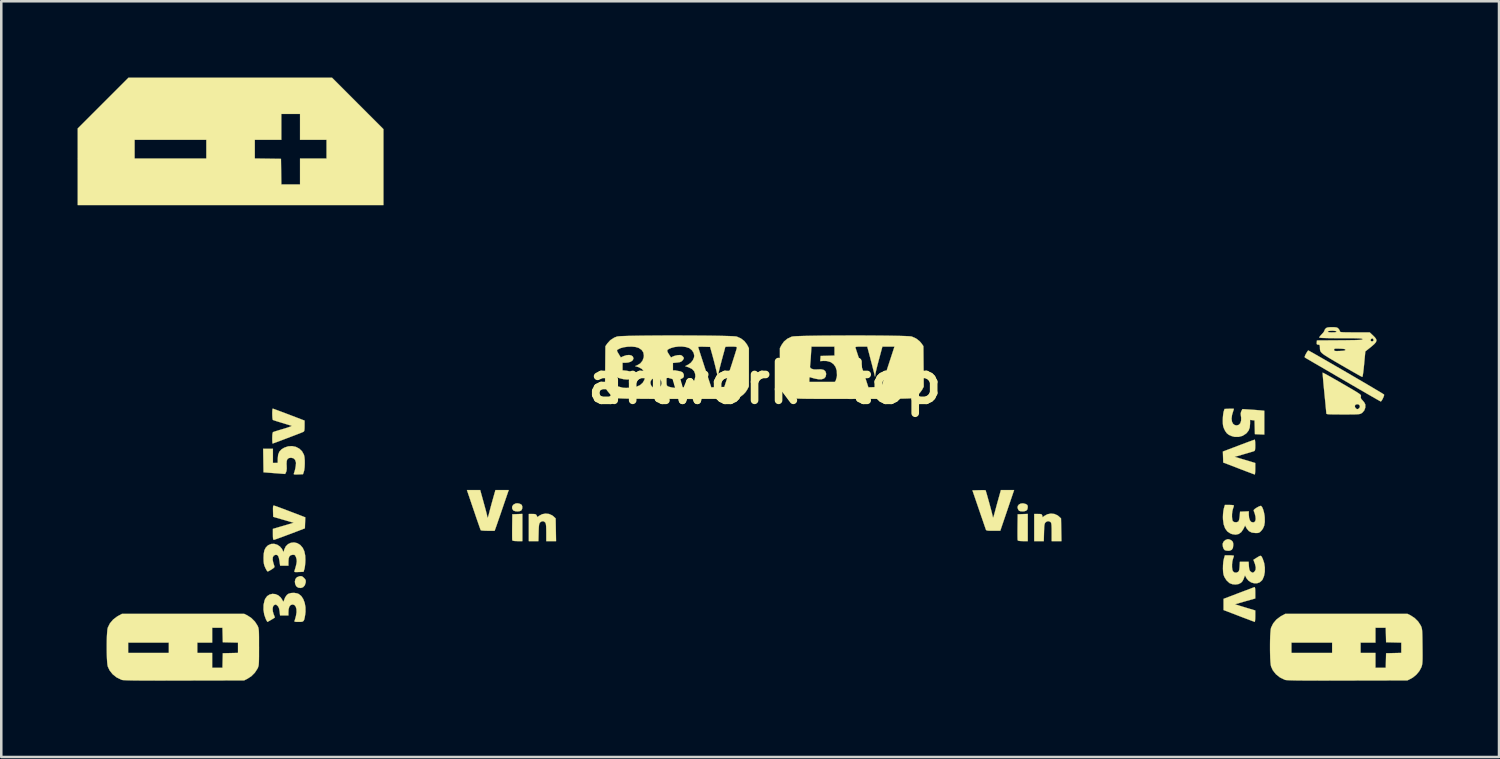
<source format=kicad_pcb>
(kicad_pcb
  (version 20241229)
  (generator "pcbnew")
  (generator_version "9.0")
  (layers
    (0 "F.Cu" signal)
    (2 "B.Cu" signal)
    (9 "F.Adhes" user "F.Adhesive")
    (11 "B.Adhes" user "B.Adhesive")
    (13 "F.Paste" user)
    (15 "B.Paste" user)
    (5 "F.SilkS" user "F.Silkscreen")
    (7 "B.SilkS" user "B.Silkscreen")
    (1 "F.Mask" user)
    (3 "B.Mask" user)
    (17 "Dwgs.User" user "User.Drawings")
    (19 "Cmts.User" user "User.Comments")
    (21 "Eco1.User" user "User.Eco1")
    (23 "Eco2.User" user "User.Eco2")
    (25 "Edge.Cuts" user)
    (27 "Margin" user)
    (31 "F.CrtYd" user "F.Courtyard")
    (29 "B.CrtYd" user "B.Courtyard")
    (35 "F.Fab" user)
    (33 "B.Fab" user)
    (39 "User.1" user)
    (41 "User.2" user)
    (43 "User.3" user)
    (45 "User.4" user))
  (footprint "artwork-top"
    (layer "F.Cu")
    (at 27.005 11.994)
    (property "Reference" "artwork-top" (at 0 0 0) (layer "F.SilkS") (effects (font (size 1.524 1.524) (thickness 0.3))))
    (attr through_hole)
    (fp_poly (pts (xy -9.525 6.223) (xy -9.716 6.223) (xy -9.83 6.219) (xy -9.897 6.207) (xy -9.92 6.191) (xy -9.924 6.156) (xy -9.926 6.079) (xy -9.927 5.968) (xy -9.927 5.832) (xy -9.926 5.678) (xy -9.926 5.663) (xy -9.919 5.169) (xy -9.722 5.161) (xy -9.525 5.154) (xy -9.525 6.223)) (stroke (width 0.01) (type solid)) (fill yes) (layer "F.SilkS"))
    (fp_poly (pts (xy 10.338 6.223) (xy 10.147 6.223) (xy 10.033 6.219) (xy 9.966 6.207) (xy 9.943 6.191) (xy 9.939 6.156) (xy 9.937 6.079) (xy 9.936 5.968) (xy 9.936 5.832) (xy 9.937 5.678) (xy 9.937 5.663) (xy 9.944 5.169) (xy 10.141 5.161) (xy 10.338 5.154) (xy 10.338 6.223)) (stroke (width 0.01) (type solid)) (fill yes) (layer "F.SilkS"))
    (fp_poly (pts (xy 10.25 4.762) (xy 10.31 4.793) (xy 10.334 4.834) (xy 10.338 4.886) (xy 10.324 4.973) (xy 10.278 5.027) (xy 10.194 5.052) (xy 10.134 5.055) (xy 10.051 5.049) (xy 10 5.03) (xy 9.971 4.998) (xy 9.937 4.917) (xy 9.946 4.844) (xy 9.99 4.785) (xy 10.061 4.748) (xy 10.151 4.738) (xy 10.25 4.762)) (stroke (width 0.01) (type solid)) (fill yes) (layer "F.SilkS"))
    (fp_poly (pts (xy -9.618 4.758) (xy -9.557 4.794) (xy -9.545 4.809) (xy -9.526 4.875) (xy -9.534 4.953) (xy -9.564 5.014) (xy -9.565 5.015) (xy -9.624 5.044) (xy -9.708 5.056) (xy -9.797 5.049) (xy -9.869 5.025) (xy -9.889 5.008) (xy -9.929 4.934) (xy -9.924 4.858) (xy -9.879 4.792) (xy -9.797 4.747) (xy -9.774 4.74) (xy -9.698 4.738) (xy -9.618 4.758)) (stroke (width 0.01) (type solid)) (fill yes) (layer "F.SilkS"))
    (fp_poly (pts (xy -18.168 7.617) (xy -18.111 7.667) (xy -18.108 7.669) (xy -18.058 7.726) (xy -18.038 7.777) (xy -18.04 7.845) (xy -18.042 7.854) (xy -18.076 7.96) (xy -18.141 8.033) (xy -18.229 8.065) (xy -18.332 8.053) (xy -18.341 8.049) (xy -18.412 7.997) (xy -18.454 7.908) (xy -18.466 7.812) (xy -18.444 7.712) (xy -18.382 7.641) (xy -18.284 7.604) (xy -18.283 7.603) (xy -18.217 7.599) (xy -18.168 7.617)) (stroke (width 0.01) (type solid)) (fill yes) (layer "F.SilkS"))
    (fp_poly (pts (xy 18.281 6.163) (xy 18.348 6.199) (xy 18.39 6.242) (xy 18.41 6.294) (xy 18.415 6.376) (xy 18.415 6.377) (xy 18.401 6.49) (xy 18.356 6.563) (xy 18.278 6.598) (xy 18.218 6.603) (xy 18.143 6.596) (xy 18.084 6.58) (xy 18.079 6.577) (xy 18.039 6.529) (xy 18.01 6.452) (xy 17.998 6.364) (xy 18.002 6.314) (xy 18.039 6.238) (xy 18.11 6.178) (xy 18.194 6.148) (xy 18.212 6.147) (xy 18.281 6.163)) (stroke (width 0.01) (type solid)) (fill yes) (layer "F.SilkS"))
    (fp_poly (pts (xy -15.996 -10.979) (xy -14.986 -9.969) (xy -14.986 -6.985) (xy -27 -6.985) (xy -27 -9.55) (xy -24.765 -9.55) (xy -24.765 -8.814) (xy -21.946 -8.814) (xy -21.946 -9.55) (xy -20.041 -9.55) (xy -20.041 -8.815) (xy -19.012 -8.801) (xy -19.005 -8.299) (xy -18.998 -7.798) (xy -18.263 -7.798) (xy -18.263 -8.814) (xy -17.221 -8.814) (xy -17.221 -9.55) (xy -18.263 -9.55) (xy -18.263 -10.566) (xy -18.999 -10.566) (xy -18.999 -9.55) (xy -20.041 -9.55) (xy -21.946 -9.55) (xy -24.765 -9.55) (xy -27 -9.55) (xy -27 -9.995) (xy -25.006 -11.989) (xy -17.005 -11.989) (xy -15.996 -10.979)) (stroke (width 0.01) (type solid)) (fill yes) (layer "F.SilkS"))
    (fp_poly (pts (xy 19.263 8.04) (xy 19.273 8.081) (xy 19.278 8.161) (xy 19.279 8.249) (xy 19.279 8.477) (xy 18.879 8.59) (xy 18.48 8.704) (xy 18.606 8.744) (xy 18.684 8.769) (xy 18.794 8.803) (xy 18.92 8.841) (xy 19.006 8.867) (xy 19.279 8.949) (xy 19.279 9.173) (xy 19.277 9.273) (xy 19.271 9.349) (xy 19.264 9.392) (xy 19.26 9.396) (xy 19.232 9.387) (xy 19.163 9.362) (xy 19.06 9.324) (xy 18.929 9.274) (xy 18.777 9.217) (xy 18.637 9.163) (xy 18.034 8.932) (xy 18.034 8.492) (xy 18.625 8.267) (xy 18.789 8.205) (xy 18.938 8.149) (xy 19.065 8.101) (xy 19.164 8.063) (xy 19.227 8.039) (xy 19.247 8.032) (xy 19.263 8.04)) (stroke (width 0.01) (type solid)) (fill yes) (layer "F.SilkS"))
    (fp_poly (pts (xy -8.477 5.156) (xy -8.354 5.211) (xy -8.307 5.247) (xy -8.217 5.33) (xy -8.209 5.776) (xy -8.201 6.223) (xy -8.585 6.223) (xy -8.585 5.886) (xy -8.587 5.737) (xy -8.591 5.631) (xy -8.6 5.559) (xy -8.614 5.512) (xy -8.625 5.492) (xy -8.684 5.445) (xy -8.754 5.442) (xy -8.823 5.483) (xy -8.829 5.489) (xy -8.849 5.518) (xy -8.864 5.558) (xy -8.873 5.619) (xy -8.88 5.711) (xy -8.885 5.841) (xy -8.886 5.883) (xy -8.895 6.223) (xy -9.271 6.223) (xy -9.271 5.156) (xy -9.131 5.156) (xy -9.048 5.159) (xy -9 5.171) (xy -8.973 5.197) (xy -8.962 5.219) (xy -8.934 5.281) (xy -8.87 5.231) (xy -8.749 5.166) (xy -8.614 5.141) (xy -8.477 5.156)) (stroke (width 0.01) (type solid)) (fill yes) (layer "F.SilkS"))
    (fp_poly (pts (xy 11.385 5.156) (xy 11.509 5.211) (xy 11.555 5.247) (xy 11.646 5.33) (xy 11.654 5.776) (xy 11.662 6.223) (xy 11.278 6.223) (xy 11.278 5.869) (xy 11.277 5.722) (xy 11.273 5.617) (xy 11.266 5.546) (xy 11.255 5.502) (xy 11.238 5.476) (xy 11.238 5.476) (xy 11.17 5.44) (xy 11.095 5.447) (xy 11.034 5.489) (xy 11.014 5.518) (xy 10.999 5.558) (xy 10.989 5.619) (xy 10.983 5.711) (xy 10.978 5.841) (xy 10.977 5.883) (xy 10.968 6.223) (xy 10.592 6.223) (xy 10.592 5.156) (xy 10.741 5.156) (xy 10.826 5.158) (xy 10.873 5.167) (xy 10.896 5.188) (xy 10.907 5.221) (xy 10.924 5.286) (xy 10.99 5.234) (xy 11.112 5.167) (xy 11.248 5.141) (xy 11.385 5.156)) (stroke (width 0.01) (type solid)) (fill yes) (layer "F.SilkS"))
    (fp_poly (pts (xy -19.276 4.83) (xy -19.231 4.844) (xy -19.159 4.869) (xy -19.057 4.907) (xy -18.922 4.957) (xy -18.749 5.023) (xy -18.536 5.104) (xy -18.293 5.197) (xy -18.057 5.288) (xy -18.065 5.504) (xy -18.072 5.72) (xy -18.665 5.946) (xy -18.83 6.008) (xy -18.979 6.064) (xy -19.108 6.11) (xy -19.208 6.146) (xy -19.272 6.167) (xy -19.294 6.172) (xy -19.312 6.161) (xy -19.323 6.121) (xy -19.328 6.045) (xy -19.329 5.957) (xy -19.329 5.742) (xy -19.209 5.707) (xy -19.135 5.685) (xy -19.027 5.653) (xy -18.903 5.617) (xy -18.8 5.587) (xy -18.513 5.502) (xy -18.915 5.385) (xy -19.317 5.268) (xy -19.324 5.047) (xy -19.326 4.935) (xy -19.322 4.866) (xy -19.311 4.833) (xy -19.298 4.826) (xy -19.276 4.83)) (stroke (width 0.01) (type solid)) (fill yes) (layer "F.SilkS"))
    (fp_poly (pts (xy -11.054 4.68) (xy -11.012 4.833) (xy -10.973 4.976) (xy -10.941 5.099) (xy -10.918 5.193) (xy -10.907 5.244) (xy -10.898 5.286) (xy -10.89 5.303) (xy -10.879 5.289) (xy -10.863 5.239) (xy -10.838 5.148) (xy -10.821 5.079) (xy -10.784 4.938) (xy -10.74 4.773) (xy -10.694 4.609) (xy -10.668 4.515) (xy -10.583 4.216) (xy -10.061 4.216) (xy -10.312 4.947) (xy -10.375 5.133) (xy -10.435 5.306) (xy -10.488 5.459) (xy -10.532 5.587) (xy -10.566 5.682) (xy -10.586 5.738) (xy -10.589 5.747) (xy -10.616 5.817) (xy -10.882 5.817) (xy -10.993 5.815) (xy -11.084 5.809) (xy -11.144 5.801) (xy -11.161 5.794) (xy -11.173 5.766) (xy -11.198 5.695) (xy -11.236 5.588) (xy -11.284 5.45) (xy -11.34 5.288) (xy -11.401 5.107) (xy -11.44 4.994) (xy -11.704 4.216) (xy -11.182 4.216) (xy -11.054 4.68)) (stroke (width 0.01) (type solid)) (fill yes) (layer "F.SilkS"))
    (fp_poly (pts (xy 19.268 2.259) (xy 19.275 2.321) (xy 19.278 2.411) (xy 19.279 2.452) (xy 19.277 2.561) (xy 19.271 2.629) (xy 19.259 2.666) (xy 19.238 2.684) (xy 19.235 2.685) (xy 19.196 2.698) (xy 19.119 2.722) (xy 19.012 2.754) (xy 18.886 2.79) (xy 18.83 2.807) (xy 18.468 2.911) (xy 18.664 2.969) (xy 18.789 3.006) (xy 18.933 3.048) (xy 19.065 3.088) (xy 19.069 3.089) (xy 19.279 3.153) (xy 19.279 3.38) (xy 19.277 3.48) (xy 19.271 3.557) (xy 19.264 3.599) (xy 19.26 3.604) (xy 19.232 3.595) (xy 19.163 3.57) (xy 19.06 3.531) (xy 18.928 3.482) (xy 18.776 3.424) (xy 18.631 3.368) (xy 18.021 3.134) (xy 18.007 2.703) (xy 18.624 2.469) (xy 18.79 2.406) (xy 18.941 2.349) (xy 19.07 2.302) (xy 19.171 2.265) (xy 19.236 2.242) (xy 19.26 2.235) (xy 19.268 2.259)) (stroke (width 0.01) (type solid)) (fill yes) (layer "F.SilkS"))
    (fp_poly (pts (xy 9.53 5.016) (xy 9.258 5.816) (xy 8.984 5.816) (xy 8.861 5.815) (xy 8.78 5.812) (xy 8.73 5.803) (xy 8.704 5.789) (xy 8.693 5.772) (xy 8.681 5.738) (xy 8.655 5.662) (xy 8.616 5.55) (xy 8.568 5.408) (xy 8.511 5.244) (xy 8.449 5.063) (xy 8.42 4.978) (xy 8.164 4.229) (xy 8.416 4.222) (xy 8.524 4.22) (xy 8.61 4.22) (xy 8.665 4.222) (xy 8.678 4.224) (xy 8.689 4.252) (xy 8.71 4.32) (xy 8.739 4.419) (xy 8.773 4.541) (xy 8.811 4.675) (xy 8.849 4.814) (xy 8.885 4.947) (xy 8.916 5.067) (xy 8.94 5.164) (xy 8.955 5.23) (xy 8.958 5.244) (xy 8.966 5.283) (xy 8.974 5.297) (xy 8.985 5.282) (xy 9.002 5.233) (xy 9.028 5.143) (xy 9.055 5.041) (xy 9.096 4.889) (xy 9.141 4.723) (xy 9.185 4.566) (xy 9.21 4.477) (xy 9.283 4.216) (xy 9.802 4.216) (xy 9.53 5.016)) (stroke (width 0.01) (type solid)) (fill yes) (layer "F.SilkS"))
    (fp_poly (pts (xy 21.389 -1.258) (xy 21.454 -1.222) (xy 21.555 -1.166) (xy 21.686 -1.091) (xy 21.843 -1.001) (xy 22.022 -0.898) (xy 22.219 -0.785) (xy 22.428 -0.664) (xy 22.646 -0.538) (xy 22.868 -0.409) (xy 23.089 -0.28) (xy 23.306 -0.153) (xy 23.514 -0.032) (xy 23.708 0.082) (xy 23.884 0.186) (xy 24.038 0.278) (xy 24.165 0.353) (xy 24.261 0.412) (xy 24.321 0.449) (xy 24.342 0.464) (xy 24.341 0.499) (xy 24.32 0.559) (xy 24.289 0.628) (xy 24.254 0.691) (xy 24.223 0.729) (xy 24.21 0.735) (xy 24.186 0.722) (xy 24.122 0.686) (xy 24.021 0.629) (xy 23.887 0.552) (xy 23.723 0.458) (xy 23.535 0.349) (xy 23.324 0.227) (xy 23.095 0.094) (xy 22.851 -0.048) (xy 22.733 -0.117) (xy 22.483 -0.262) (xy 22.246 -0.401) (xy 22.024 -0.53) (xy 21.823 -0.647) (xy 21.645 -0.75) (xy 21.495 -0.838) (xy 21.375 -0.908) (xy 21.291 -0.957) (xy 21.245 -0.984) (xy 21.237 -0.988) (xy 21.222 -1.009) (xy 21.228 -1.046) (xy 21.258 -1.112) (xy 21.273 -1.14) (xy 21.314 -1.21) (xy 21.347 -1.257) (xy 21.362 -1.27) (xy 21.389 -1.258)) (stroke (width 0.01) (type solid)) (fill yes) (layer "F.SilkS"))
    (fp_poly (pts (xy -18.424 2.52) (xy -18.292 2.589) (xy -18.184 2.693) (xy -18.11 2.829) (xy -18.107 2.838) (xy -18.088 2.925) (xy -18.078 3.045) (xy -18.077 3.181) (xy -18.083 3.315) (xy -18.097 3.43) (xy -18.113 3.493) (xy -18.148 3.594) (xy -18.336 3.602) (xy -18.431 3.604) (xy -18.485 3.602) (xy -18.507 3.592) (xy -18.507 3.572) (xy -18.504 3.564) (xy -18.474 3.474) (xy -18.448 3.365) (xy -18.43 3.256) (xy -18.422 3.164) (xy -18.424 3.127) (xy -18.458 3.027) (xy -18.521 2.967) (xy -18.615 2.946) (xy -18.622 2.946) (xy -18.703 2.959) (xy -18.757 2.999) (xy -18.786 3.072) (xy -18.793 3.186) (xy -18.789 3.258) (xy -18.786 3.381) (xy -18.796 3.467) (xy -18.813 3.513) (xy -18.849 3.584) (xy -19.058 3.568) (xy -19.192 3.557) (xy -19.344 3.546) (xy -19.481 3.535) (xy -19.482 3.535) (xy -19.698 3.518) (xy -19.712 2.591) (xy -19.329 2.591) (xy -19.329 3.15) (xy -19.234 3.149) (xy -19.139 3.149) (xy -19.138 2.975) (xy -19.123 2.825) (xy -19.076 2.708) (xy -18.991 2.617) (xy -18.886 2.552) (xy -18.73 2.498) (xy -18.573 2.489) (xy -18.424 2.52)) (stroke (width 0.01) (type solid)) (fill yes) (layer "F.SilkS"))
    (fp_poly (pts (xy 18.411 1.021) (xy 18.44 1.025) (xy 18.44 1.026) (xy 18.432 1.056) (xy 18.413 1.11) (xy 18.366 1.268) (xy 18.349 1.408) (xy 18.363 1.524) (xy 18.405 1.611) (xy 18.475 1.663) (xy 18.548 1.676) (xy 18.631 1.654) (xy 18.69 1.592) (xy 18.723 1.496) (xy 18.726 1.371) (xy 18.717 1.308) (xy 18.707 1.215) (xy 18.721 1.144) (xy 18.735 1.112) (xy 18.775 1.034) (xy 19.033 1.051) (xy 19.167 1.06) (xy 19.305 1.07) (xy 19.424 1.08) (xy 19.463 1.083) (xy 19.634 1.099) (xy 19.634 2.034) (xy 19.45 2.027) (xy 19.266 2.019) (xy 19.259 1.749) (xy 19.252 1.479) (xy 19.163 1.468) (xy 19.075 1.458) (xy 19.075 1.606) (xy 19.063 1.755) (xy 19.02 1.873) (xy 18.943 1.973) (xy 18.915 1.999) (xy 18.781 2.085) (xy 18.627 2.127) (xy 18.465 2.125) (xy 18.358 2.097) (xy 18.243 2.047) (xy 18.162 1.984) (xy 18.098 1.893) (xy 18.071 1.842) (xy 18.038 1.767) (xy 18.017 1.698) (xy 18.007 1.618) (xy 18.004 1.511) (xy 18.004 1.467) (xy 18.008 1.349) (xy 18.019 1.237) (xy 18.033 1.151) (xy 18.039 1.13) (xy 18.072 1.029) (xy 18.256 1.021) (xy 18.346 1.019) (xy 18.411 1.021)) (stroke (width 0.01) (type solid)) (fill yes) (layer "F.SilkS"))
    (fp_poly (pts (xy -19.308 1.024) (xy -19.239 1.049) (xy -19.136 1.087) (xy -19.004 1.136) (xy -18.852 1.193) (xy -18.701 1.25) (xy -18.085 1.486) (xy -18.085 1.694) (xy -18.087 1.801) (xy -18.093 1.868) (xy -18.107 1.907) (xy -18.13 1.927) (xy -18.13 1.927) (xy -18.165 1.942) (xy -18.238 1.972) (xy -18.341 2.012) (xy -18.466 2.061) (xy -18.607 2.114) (xy -18.754 2.17) (xy -18.901 2.226) (xy -19.038 2.278) (xy -19.159 2.323) (xy -19.255 2.358) (xy -19.318 2.38) (xy -19.341 2.388) (xy -19.348 2.364) (xy -19.352 2.302) (xy -19.355 2.212) (xy -19.355 2.173) (xy -19.351 2.047) (xy -19.339 1.968) (xy -19.324 1.94) (xy -19.29 1.926) (xy -19.216 1.902) (xy -19.112 1.87) (xy -18.987 1.832) (xy -18.924 1.814) (xy -18.799 1.776) (xy -18.698 1.742) (xy -18.626 1.715) (xy -18.593 1.697) (xy -18.593 1.692) (xy -18.63 1.679) (xy -18.706 1.656) (xy -18.811 1.624) (xy -18.933 1.586) (xy -18.968 1.576) (xy -19.093 1.538) (xy -19.2 1.505) (xy -19.281 1.478) (xy -19.325 1.462) (xy -19.33 1.46) (xy -19.341 1.431) (xy -19.349 1.367) (xy -19.353 1.282) (xy -19.355 1.19) (xy -19.352 1.106) (xy -19.347 1.044) (xy -19.337 1.016) (xy -19.336 1.016) (xy -19.308 1.024)) (stroke (width 0.01) (type solid)) (fill yes) (layer "F.SilkS"))
    (fp_poly (pts (xy 18.351 4.804) (xy 18.414 4.811) (xy 18.44 4.822) (xy 18.44 4.823) (xy 18.433 4.859) (xy 18.413 4.923) (xy 18.402 4.953) (xy 18.379 5.047) (xy 18.366 5.157) (xy 18.365 5.268) (xy 18.374 5.364) (xy 18.393 5.431) (xy 18.404 5.446) (xy 18.466 5.479) (xy 18.542 5.483) (xy 18.607 5.458) (xy 18.621 5.444) (xy 18.641 5.398) (xy 18.659 5.319) (xy 18.669 5.235) (xy 18.682 5.067) (xy 19.025 5.052) (xy 19.025 5.177) (xy 19.037 5.312) (xy 19.071 5.411) (xy 19.124 5.471) (xy 19.194 5.488) (xy 19.239 5.478) (xy 19.279 5.437) (xy 19.296 5.36) (xy 19.288 5.255) (xy 19.257 5.13) (xy 19.218 5.029) (xy 19.223 4.997) (xy 19.265 4.956) (xy 19.34 4.906) (xy 19.416 4.865) (xy 19.477 4.841) (xy 19.508 4.839) (xy 19.549 4.887) (xy 19.587 4.974) (xy 19.62 5.087) (xy 19.644 5.214) (xy 19.652 5.296) (xy 19.654 5.474) (xy 19.631 5.616) (xy 19.581 5.731) (xy 19.52 5.812) (xy 19.467 5.865) (xy 19.421 5.893) (xy 19.36 5.904) (xy 19.287 5.905) (xy 19.143 5.887) (xy 19.03 5.829) (xy 18.945 5.729) (xy 18.927 5.697) (xy 18.881 5.608) (xy 18.812 5.748) (xy 18.731 5.868) (xy 18.63 5.942) (xy 18.509 5.969) (xy 18.372 5.949) (xy 18.298 5.921) (xy 18.181 5.841) (xy 18.095 5.723) (xy 18.038 5.564) (xy 18.011 5.366) (xy 18.009 5.271) (xy 18.014 5.152) (xy 18.027 5.033) (xy 18.046 4.938) (xy 18.048 4.932) (xy 18.087 4.801) (xy 18.264 4.801) (xy 18.351 4.804)) (stroke (width 0.01) (type solid)) (fill yes) (layer "F.SilkS"))
    (fp_poly (pts (xy 21.952 -0.388) (xy 22.015 -0.356) (xy 22.111 -0.304) (xy 22.236 -0.234) (xy 22.384 -0.15) (xy 22.551 -0.055) (xy 22.693 0.028) (xy 22.895 0.145) (xy 23.057 0.239) (xy 23.183 0.314) (xy 23.278 0.372) (xy 23.347 0.417) (xy 23.392 0.45) (xy 23.419 0.476) (xy 23.431 0.497) (xy 23.434 0.516) (xy 23.431 0.536) (xy 23.43 0.539) (xy 23.426 0.591) (xy 23.447 0.638) (xy 23.501 0.697) (xy 23.502 0.698) (xy 23.559 0.766) (xy 23.598 0.838) (xy 23.605 0.861) (xy 23.604 0.977) (xy 23.563 1.088) (xy 23.487 1.176) (xy 23.472 1.187) (xy 23.444 1.204) (xy 23.416 1.218) (xy 23.379 1.228) (xy 23.329 1.235) (xy 23.257 1.24) (xy 23.159 1.243) (xy 23.026 1.244) (xy 22.854 1.245) (xy 22.729 1.245) (xy 22.529 1.244) (xy 22.374 1.243) (xy 22.258 1.241) (xy 22.176 1.238) (xy 22.123 1.233) (xy 22.091 1.225) (xy 22.076 1.215) (xy 22.073 1.202) (xy 22.073 1.201) (xy 22.07 1.166) (xy 22.063 1.087) (xy 22.052 0.97) (xy 22.05 0.95) (xy 23.196 0.95) (xy 23.23 1.001) (xy 23.275 1.036) (xy 23.315 1.032) (xy 23.353 1.008) (xy 23.391 0.956) (xy 23.388 0.9) (xy 23.349 0.856) (xy 23.307 0.843) (xy 23.236 0.852) (xy 23.197 0.892) (xy 23.196 0.95) (xy 22.05 0.95) (xy 22.038 0.823) (xy 22.021 0.651) (xy 22.002 0.462) (xy 21.995 0.386) (xy 21.976 0.194) (xy 21.959 0.018) (xy 21.946 -0.135) (xy 21.936 -0.258) (xy 21.929 -0.346) (xy 21.928 -0.392) (xy 21.929 -0.398) (xy 21.952 -0.388)) (stroke (width 0.01) (type solid)) (fill yes) (layer "F.SilkS"))
    (fp_poly (pts (xy 18.351 6.784) (xy 18.414 6.791) (xy 18.44 6.8) (xy 18.44 6.801) (xy 18.432 6.835) (xy 18.412 6.897) (xy 18.403 6.921) (xy 18.379 7.019) (xy 18.367 7.133) (xy 18.367 7.248) (xy 18.379 7.346) (xy 18.404 7.411) (xy 18.464 7.458) (xy 18.54 7.463) (xy 18.606 7.432) (xy 18.634 7.4) (xy 18.652 7.344) (xy 18.662 7.253) (xy 18.665 7.216) (xy 18.675 7.036) (xy 19.019 7.036) (xy 19.029 7.204) (xy 19.039 7.303) (xy 19.055 7.365) (xy 19.083 7.406) (xy 19.099 7.42) (xy 19.156 7.459) (xy 19.199 7.46) (xy 19.247 7.423) (xy 19.253 7.417) (xy 19.294 7.346) (xy 19.299 7.248) (xy 19.268 7.12) (xy 19.255 7.086) (xy 19.207 6.958) (xy 19.3 6.899) (xy 19.395 6.84) (xy 19.457 6.807) (xy 19.497 6.802) (xy 19.526 6.825) (xy 19.554 6.879) (xy 19.576 6.925) (xy 19.63 7.086) (xy 19.656 7.26) (xy 19.654 7.433) (xy 19.624 7.594) (xy 19.568 7.728) (xy 19.543 7.765) (xy 19.456 7.842) (xy 19.349 7.88) (xy 19.234 7.88) (xy 19.119 7.846) (xy 19.016 7.779) (xy 18.934 7.681) (xy 18.909 7.633) (xy 18.886 7.584) (xy 18.871 7.579) (xy 18.859 7.607) (xy 18.821 7.712) (xy 18.786 7.782) (xy 18.746 7.833) (xy 18.715 7.862) (xy 18.623 7.91) (xy 18.507 7.928) (xy 18.386 7.918) (xy 18.278 7.878) (xy 18.261 7.867) (xy 18.151 7.766) (xy 18.068 7.635) (xy 18.034 7.547) (xy 18.017 7.443) (xy 18.01 7.309) (xy 18.013 7.163) (xy 18.025 7.026) (xy 18.047 6.916) (xy 18.048 6.913) (xy 18.087 6.782) (xy 18.264 6.782) (xy 18.351 6.784)) (stroke (width 0.01) (type solid)) (fill yes) (layer "F.SilkS"))
    (fp_poly (pts (xy -18.375 6.302) (xy -18.259 6.371) (xy -18.253 6.376) (xy -18.158 6.486) (xy -18.094 6.622) (xy -18.06 6.791) (xy -18.053 6.96) (xy -18.058 7.081) (xy -18.069 7.198) (xy -18.084 7.29) (xy -18.09 7.315) (xy -18.125 7.429) (xy -18.311 7.437) (xy -18.407 7.44) (xy -18.461 7.438) (xy -18.484 7.428) (xy -18.485 7.407) (xy -18.479 7.386) (xy -18.433 7.232) (xy -18.405 7.114) (xy -18.392 7.023) (xy -18.396 6.947) (xy -18.414 6.877) (xy -18.427 6.843) (xy -18.457 6.784) (xy -18.492 6.761) (xy -18.553 6.761) (xy -18.56 6.761) (xy -18.635 6.78) (xy -18.684 6.828) (xy -18.711 6.911) (xy -18.719 7.035) (xy -18.719 7.042) (xy -18.72 7.188) (xy -19.044 7.188) (xy -19.07 7.009) (xy -19.093 6.888) (xy -19.121 6.811) (xy -19.158 6.771) (xy -19.209 6.76) (xy -19.225 6.761) (xy -19.295 6.791) (xy -19.333 6.858) (xy -19.338 6.957) (xy -19.322 7.042) (xy -19.298 7.125) (xy -19.277 7.192) (xy -19.269 7.216) (xy -19.271 7.248) (xy -19.311 7.288) (xy -19.381 7.336) (xy -19.454 7.379) (xy -19.511 7.409) (xy -19.536 7.417) (xy -19.559 7.395) (xy -19.593 7.34) (xy -19.628 7.271) (xy -19.662 7.191) (xy -19.682 7.116) (xy -19.693 7.029) (xy -19.696 6.914) (xy -19.697 6.883) (xy -19.689 6.714) (xy -19.663 6.584) (xy -19.614 6.484) (xy -19.54 6.405) (xy -19.508 6.382) (xy -19.397 6.335) (xy -19.277 6.33) (xy -19.159 6.365) (xy -19.053 6.435) (xy -18.97 6.535) (xy -18.946 6.585) (xy -18.914 6.662) (xy -18.88 6.546) (xy -18.822 6.427) (xy -18.733 6.341) (xy -18.622 6.289) (xy -18.499 6.275) (xy -18.375 6.302)) (stroke (width 0.01) (type solid)) (fill yes) (layer "F.SilkS"))
    (fp_poly (pts (xy -18.375 8.277) (xy -18.313 8.302) (xy -18.214 8.382) (xy -18.136 8.501) (xy -18.08 8.65) (xy -18.05 8.82) (xy -18.048 9.003) (xy -18.058 9.096) (xy -18.079 9.223) (xy -18.099 9.308) (xy -18.126 9.36) (xy -18.167 9.387) (xy -18.228 9.397) (xy -18.315 9.398) (xy -18.409 9.397) (xy -18.461 9.391) (xy -18.482 9.379) (xy -18.48 9.358) (xy -18.478 9.354) (xy -18.462 9.306) (xy -18.44 9.227) (xy -18.422 9.157) (xy -18.4 9.017) (xy -18.404 8.895) (xy -18.432 8.799) (xy -18.482 8.735) (xy -18.551 8.713) (xy -18.552 8.713) (xy -18.63 8.734) (xy -18.684 8.798) (xy -18.713 8.906) (xy -18.72 9.019) (xy -18.72 9.144) (xy -19.047 9.144) (xy -19.065 8.987) (xy -19.085 8.876) (xy -19.116 8.802) (xy -19.142 8.771) (xy -19.194 8.725) (xy -19.235 8.716) (xy -19.284 8.742) (xy -19.293 8.748) (xy -19.327 8.802) (xy -19.34 8.888) (xy -19.331 8.991) (xy -19.3 9.099) (xy -19.291 9.119) (xy -19.266 9.182) (xy -19.255 9.222) (xy -19.256 9.229) (xy -19.288 9.25) (xy -19.345 9.285) (xy -19.414 9.326) (xy -19.48 9.364) (xy -19.527 9.39) (xy -19.543 9.398) (xy -19.559 9.377) (xy -19.588 9.325) (xy -19.607 9.288) (xy -19.67 9.111) (xy -19.7 8.919) (xy -19.696 8.729) (xy -19.657 8.554) (xy -19.63 8.487) (xy -19.556 8.386) (xy -19.459 8.323) (xy -19.348 8.296) (xy -19.232 8.306) (xy -19.121 8.353) (xy -19.025 8.435) (xy -18.969 8.518) (xy -18.936 8.58) (xy -18.917 8.601) (xy -18.905 8.586) (xy -18.897 8.56) (xy -18.849 8.437) (xy -18.782 8.341) (xy -18.721 8.294) (xy -18.618 8.263) (xy -18.495 8.257) (xy -18.375 8.277)) (stroke (width 0.01) (type solid)) (fill yes) (layer "F.SilkS"))
    (fp_poly (pts (xy 25.387 9.143) (xy 25.545 9.247) (xy 25.683 9.385) (xy 25.782 9.538) (xy 25.801 9.578) (xy 25.815 9.616) (xy 25.826 9.659) (xy 25.835 9.714) (xy 25.841 9.788) (xy 25.845 9.888) (xy 25.848 10.02) (xy 25.85 10.19) (xy 25.852 10.353) (xy 25.854 10.56) (xy 25.855 10.722) (xy 25.854 10.848) (xy 25.851 10.944) (xy 25.846 11.017) (xy 25.838 11.073) (xy 25.828 11.12) (xy 25.813 11.165) (xy 25.806 11.185) (xy 25.728 11.331) (xy 25.613 11.469) (xy 25.474 11.584) (xy 25.387 11.634) (xy 25.26 11.697) (xy 22.898 11.702) (xy 22.483 11.703) (xy 22.116 11.704) (xy 21.794 11.704) (xy 21.514 11.703) (xy 21.274 11.702) (xy 21.071 11.701) (xy 20.901 11.699) (xy 20.763 11.696) (xy 20.653 11.693) (xy 20.569 11.689) (xy 20.508 11.685) (xy 20.466 11.68) (xy 20.443 11.674) (xy 20.25 11.581) (xy 20.091 11.454) (xy 19.969 11.298) (xy 19.902 11.152) (xy 19.888 11.085) (xy 19.877 10.975) (xy 19.868 10.833) (xy 19.863 10.668) (xy 19.86 10.489) (xy 19.86 10.305) (xy 19.861 10.211) (xy 20.701 10.211) (xy 20.701 10.617) (xy 22.301 10.617) (xy 22.301 10.211) (xy 23.419 10.211) (xy 23.419 10.617) (xy 24.003 10.617) (xy 24.003 11.201) (xy 24.408 11.201) (xy 24.422 10.63) (xy 24.721 10.623) (xy 25.019 10.616) (xy 25.019 10.212) (xy 24.422 10.198) (xy 24.408 9.627) (xy 24.003 9.627) (xy 24.003 10.211) (xy 23.419 10.211) (xy 22.301 10.211) (xy 20.701 10.211) (xy 19.861 10.211) (xy 19.862 10.125) (xy 19.867 9.958) (xy 19.876 9.813) (xy 19.886 9.701) (xy 19.9 9.629) (xy 19.901 9.625) (xy 19.984 9.457) (xy 20.109 9.308) (xy 20.266 9.188) (xy 20.295 9.171) (xy 20.46 9.081) (xy 25.26 9.081) (xy 25.387 9.143)) (stroke (width 0.01) (type solid)) (fill yes) (layer "F.SilkS"))
    (fp_poly (pts (xy -20.333 9.143) (xy -20.175 9.247) (xy -20.037 9.385) (xy -19.938 9.538) (xy -19.92 9.576) (xy -19.905 9.612) (xy -19.895 9.653) (xy -19.887 9.705) (xy -19.881 9.774) (xy -19.878 9.867) (xy -19.876 9.99) (xy -19.876 10.151) (xy -19.876 10.355) (xy -19.875 10.389) (xy -19.876 10.599) (xy -19.876 10.766) (xy -19.878 10.894) (xy -19.881 10.992) (xy -19.886 11.064) (xy -19.893 11.118) (xy -19.904 11.159) (xy -19.917 11.196) (xy -19.935 11.233) (xy -19.938 11.239) (xy -20.04 11.396) (xy -20.178 11.534) (xy -20.333 11.634) (xy -20.46 11.697) (xy -22.822 11.702) (xy -23.237 11.703) (xy -23.604 11.704) (xy -23.926 11.704) (xy -24.206 11.703) (xy -24.446 11.702) (xy -24.649 11.701) (xy -24.819 11.699) (xy -24.957 11.696) (xy -25.067 11.693) (xy -25.151 11.689) (xy -25.212 11.685) (xy -25.254 11.68) (xy -25.277 11.674) (xy -25.47 11.581) (xy -25.629 11.454) (xy -25.751 11.298) (xy -25.818 11.152) (xy -25.832 11.085) (xy -25.843 10.975) (xy -25.852 10.833) (xy -25.857 10.668) (xy -25.86 10.489) (xy -25.86 10.305) (xy -25.859 10.211) (xy -25.019 10.211) (xy -25.019 10.617) (xy -23.419 10.617) (xy -23.419 10.211) (xy -22.301 10.211) (xy -22.301 10.617) (xy -21.717 10.617) (xy -21.717 11.201) (xy -21.312 11.201) (xy -21.298 10.63) (xy -20.999 10.623) (xy -20.701 10.616) (xy -20.701 10.212) (xy -21.298 10.198) (xy -21.312 9.627) (xy -21.717 9.627) (xy -21.717 10.211) (xy -22.301 10.211) (xy -23.419 10.211) (xy -25.019 10.211) (xy -25.859 10.211) (xy -25.858 10.125) (xy -25.853 9.958) (xy -25.844 9.813) (xy -25.834 9.701) (xy -25.82 9.629) (xy -25.819 9.625) (xy -25.736 9.457) (xy -25.611 9.308) (xy -25.454 9.188) (xy -25.425 9.171) (xy -25.26 9.081) (xy -20.46 9.081) (xy -20.333 9.143)) (stroke (width 0.01) (type solid)) (fill yes) (layer "F.SilkS"))
    (fp_poly (pts (xy 22.401 -2.183) (xy 22.468 -2.175) (xy 22.512 -2.159) (xy 22.546 -2.13) (xy 22.551 -2.126) (xy 22.59 -2.071) (xy 22.606 -2.024) (xy 22.61 -2.01) (xy 22.625 -2) (xy 22.658 -1.992) (xy 22.715 -1.987) (xy 22.802 -1.984) (xy 22.924 -1.982) (xy 23.088 -1.981) (xy 23.191 -1.981) (xy 23.777 -1.981) (xy 23.902 -1.864) (xy 23.982 -1.784) (xy 24.03 -1.717) (xy 24.043 -1.656) (xy 24.02 -1.594) (xy 23.959 -1.523) (xy 23.859 -1.435) (xy 23.793 -1.381) (xy 23.605 -1.232) (xy 23.558 -0.73) (xy 23.54 -0.548) (xy 23.522 -0.404) (xy 23.507 -0.301) (xy 23.493 -0.242) (xy 23.484 -0.23) (xy 23.457 -0.243) (xy 23.39 -0.278) (xy 23.291 -0.333) (xy 23.162 -0.406) (xy 23.01 -0.493) (xy 22.84 -0.591) (xy 22.657 -0.697) (xy 22.445 -0.82) (xy 22.272 -0.922) (xy 22.135 -1.004) (xy 22.029 -1.071) (xy 21.95 -1.125) (xy 21.895 -1.171) (xy 21.858 -1.212) (xy 21.837 -1.251) (xy 21.826 -1.292) (xy 21.826 -1.295) (xy 22.377 -1.295) (xy 22.381 -1.27) (xy 22.397 -1.255) (xy 22.435 -1.248) (xy 22.507 -1.247) (xy 22.6 -1.25) (xy 22.71 -1.255) (xy 22.778 -1.264) (xy 22.813 -1.277) (xy 22.822 -1.295) (xy 22.812 -1.315) (xy 22.776 -1.328) (xy 22.706 -1.336) (xy 22.6 -1.341) (xy 22.493 -1.344) (xy 22.427 -1.342) (xy 22.393 -1.334) (xy 22.379 -1.317) (xy 22.377 -1.295) (xy 21.826 -1.295) (xy 21.822 -1.337) (xy 21.821 -1.391) (xy 21.816 -1.459) (xy 21.801 -1.49) (xy 21.766 -1.498) (xy 21.753 -1.499) (xy 21.709 -1.505) (xy 21.694 -1.533) (xy 21.696 -1.581) (xy 21.704 -1.664) (xy 22.6 -1.67) (xy 22.84 -1.672) (xy 22.879 -1.673) (xy 23.808 -1.673) (xy 23.829 -1.637) (xy 23.877 -1.626) (xy 23.919 -1.644) (xy 23.927 -1.675) (xy 23.911 -1.729) (xy 23.873 -1.744) (xy 23.832 -1.72) (xy 23.808 -1.673) (xy 22.879 -1.673) (xy 23.033 -1.675) (xy 23.186 -1.677) (xy 23.302 -1.681) (xy 23.385 -1.685) (xy 23.442 -1.691) (xy 23.476 -1.698) (xy 23.492 -1.707) (xy 23.495 -1.715) (xy 23.49 -1.725) (xy 23.47 -1.733) (xy 23.431 -1.74) (xy 23.368 -1.745) (xy 23.277 -1.748) (xy 23.152 -1.751) (xy 22.989 -1.752) (xy 22.782 -1.753) (xy 22.644 -1.753) (xy 22.386 -1.753) (xy 22.177 -1.755) (xy 22.015 -1.759) (xy 21.898 -1.763) (xy 21.826 -1.77) (xy 21.795 -1.778) (xy 21.793 -1.78) (xy 21.81 -1.812) (xy 21.853 -1.865) (xy 21.895 -1.908) (xy 21.951 -1.97) (xy 21.981 -2.013) (xy 22.13 -2.013) (xy 22.139 -1.995) (xy 22.184 -1.985) (xy 22.271 -1.981) (xy 22.301 -1.981) (xy 22.401 -1.984) (xy 22.456 -1.992) (xy 22.473 -2.008) (xy 22.473 -2.013) (xy 22.44 -2.033) (xy 22.358 -2.043) (xy 22.301 -2.045) (xy 22.197 -2.04) (xy 22.14 -2.024) (xy 22.13 -2.013) (xy 21.981 -2.013) (xy 21.988 -2.022) (xy 21.996 -2.046) (xy 22.013 -2.09) (xy 22.047 -2.134) (xy 22.083 -2.16) (xy 22.132 -2.176) (xy 22.207 -2.183) (xy 22.297 -2.184) (xy 22.401 -2.183)) (stroke (width 0.01) (type solid)) (fill yes) (layer "F.SilkS"))
    (fp_poly (pts (xy 3.713 -1.859) (xy 4.015 -1.858) (xy 4.307 -1.856) (xy 4.586 -1.854) (xy 4.847 -1.851) (xy 5.085 -1.847) (xy 5.295 -1.843) (xy 5.474 -1.838) (xy 5.617 -1.832) (xy 5.718 -1.826) (xy 5.774 -1.819) (xy 5.777 -1.818) (xy 5.948 -1.742) (xy 6.092 -1.629) (xy 6.164 -1.543) (xy 6.236 -1.44) (xy 6.243 -0.643) (xy 6.25 0.154) (xy 6.18 0.284) (xy 6.086 0.409) (xy 5.957 0.514) (xy 5.808 0.588) (xy 5.74 0.608) (xy 5.692 0.613) (xy 5.595 0.617) (xy 5.449 0.621) (xy 5.256 0.625) (xy 5.018 0.628) (xy 4.735 0.63) (xy 4.41 0.632) (xy 4.043 0.633) (xy 3.635 0.633) (xy 3.404 0.634) (xy 3.015 0.633) (xy 2.674 0.633) (xy 2.377 0.633) (xy 2.121 0.632) (xy 1.903 0.631) (xy 1.719 0.63) (xy 1.565 0.628) (xy 1.439 0.625) (xy 1.338 0.622) (xy 1.257 0.619) (xy 1.194 0.614) (xy 1.145 0.609) (xy 1.107 0.603) (xy 1.076 0.596) (xy 1.05 0.588) (xy 1.047 0.587) (xy 0.876 0.504) (xy 0.743 0.387) (xy 0.661 0.265) (xy 0.597 0.141) (xy 0.597 -0.057) (xy 1.753 -0.057) (xy 1.753 0.12) (xy 1.861 0.148) (xy 1.94 0.169) (xy 2.006 0.185) (xy 2.019 0.188) (xy 2.107 0.198) (xy 2.225 0.194) (xy 2.354 0.181) (xy 2.474 0.159) (xy 2.568 0.131) (xy 2.583 0.124) (xy 2.705 0.041) (xy 2.787 -0.074) (xy 2.832 -0.223) (xy 2.84 -0.296) (xy 2.832 -0.473) (xy 2.785 -0.621) (xy 2.702 -0.736) (xy 2.585 -0.816) (xy 2.439 -0.856) (xy 2.309 -0.86) (xy 2.182 -0.851) (xy 2.197 -1.054) (xy 2.47 -1.061) (xy 2.743 -1.069) (xy 2.743 -1.391) (xy 3.563 -1.391) (xy 3.573 -1.359) (xy 3.597 -1.286) (xy 3.633 -1.176) (xy 3.679 -1.036) (xy 3.732 -0.873) (xy 3.792 -0.691) (xy 3.824 -0.59) (xy 4.074 0.179) (xy 4.328 0.172) (xy 4.583 0.165) (xy 4.841 -0.629) (xy 5.1 -1.422) (xy 4.625 -1.422) (xy 4.596 -1.314) (xy 4.579 -1.251) (xy 4.552 -1.15) (xy 4.518 -1.025) (xy 4.481 -0.888) (xy 4.47 -0.845) (xy 4.433 -0.705) (xy 4.4 -0.573) (xy 4.373 -0.459) (xy 4.356 -0.378) (xy 4.353 -0.363) (xy 4.335 -0.241) (xy 4.301 -0.381) (xy 4.283 -0.452) (xy 4.255 -0.56) (xy 4.221 -0.696) (xy 4.181 -0.847) (xy 4.149 -0.972) (xy 4.03 -1.422) (xy 3.791 -1.422) (xy 3.674 -1.421) (xy 3.601 -1.415) (xy 3.567 -1.404) (xy 3.563 -1.391) (xy 2.743 -1.391) (xy 2.743 -1.422) (xy 1.836 -1.422) (xy 1.818 -1.124) (xy 1.81 -0.992) (xy 1.801 -0.867) (xy 1.792 -0.763) (xy 1.787 -0.707) (xy 1.78 -0.634) (xy 1.789 -0.592) (xy 1.82 -0.564) (xy 1.847 -0.55) (xy 1.926 -0.525) (xy 2.031 -0.523) (xy 2.064 -0.525) (xy 2.209 -0.53) (xy 2.313 -0.508) (xy 2.379 -0.459) (xy 2.41 -0.379) (xy 2.413 -0.332) (xy 2.393 -0.236) (xy 2.335 -0.171) (xy 2.239 -0.138) (xy 2.109 -0.139) (xy 1.994 -0.16) (xy 1.905 -0.182) (xy 1.832 -0.203) (xy 1.797 -0.215) (xy 1.774 -0.22) (xy 1.76 -0.204) (xy 1.754 -0.156) (xy 1.753 -0.069) (xy 1.753 -0.057) (xy 0.597 -0.057) (xy 0.597 -1.36) (xy 0.662 -1.486) (xy 0.759 -1.623) (xy 0.893 -1.733) (xy 1.053 -1.809) (xy 1.073 -1.815) (xy 1.123 -1.823) (xy 1.219 -1.829) (xy 1.357 -1.835) (xy 1.532 -1.841) (xy 1.74 -1.845) (xy 1.975 -1.849) (xy 2.234 -1.853) (xy 2.511 -1.855) (xy 2.802 -1.857) (xy 3.102 -1.858) (xy 3.408 -1.859) (xy 3.713 -1.859)) (stroke (width 0.01) (type solid)) (fill yes) (layer "F.SilkS"))
    (fp_poly (pts (xy -3.164 -1.858) (xy -2.863 -1.857) (xy -2.57 -1.855) (xy -2.291 -1.853) (xy -2.03 -1.85) (xy -1.792 -1.846) (xy -1.581 -1.841) (xy -1.402 -1.836) (xy -1.259 -1.83) (xy -1.157 -1.824) (xy -1.101 -1.816) (xy -1.098 -1.815) (xy -0.936 -1.744) (xy -0.798 -1.637) (xy -0.696 -1.503) (xy -0.687 -1.486) (xy -0.622 -1.36) (xy -0.622 0.141) (xy -0.687 0.267) (xy -0.747 0.359) (xy -0.825 0.445) (xy -0.86 0.475) (xy -0.895 0.502) (xy -0.927 0.526) (xy -0.96 0.547) (xy -0.997 0.564) (xy -1.041 0.58) (xy -1.096 0.593) (xy -1.165 0.603) (xy -1.25 0.612) (xy -1.356 0.619) (xy -1.485 0.624) (xy -1.642 0.628) (xy -1.828 0.631) (xy -2.048 0.633) (xy -2.305 0.633) (xy -2.602 0.634) (xy -2.941 0.634) (xy -3.328 0.633) (xy -3.453 0.633) (xy -3.871 0.633) (xy -4.241 0.632) (xy -4.565 0.631) (xy -4.845 0.629) (xy -5.084 0.627) (xy -5.285 0.624) (xy -5.448 0.621) (xy -5.578 0.617) (xy -5.675 0.613) (xy -5.744 0.608) (xy -5.785 0.602) (xy -5.791 0.601) (xy -5.95 0.535) (xy -6.088 0.433) (xy -6.193 0.305) (xy -6.206 0.283) (xy -6.276 0.154) (xy -6.272 -0.223) (xy -5.842 -0.223) (xy -5.842 0.125) (xy -5.734 0.153) (xy -5.662 0.172) (xy -5.61 0.187) (xy -5.601 0.19) (xy -5.542 0.199) (xy -5.45 0.202) (xy -5.338 0.199) (xy -5.224 0.191) (xy -5.123 0.178) (xy -5.059 0.164) (xy -4.908 0.098) (xy -4.809 0.014) (xy -4.494 0.014) (xy -4.466 0.103) (xy -4.443 0.136) (xy -4.391 0.184) (xy -4.324 0.202) (xy -4.289 0.203) (xy -4.21 0.197) (xy -4.146 0.18) (xy -4.137 0.176) (xy -4.078 0.12) (xy -4.053 0.041) (xy -4.059 -0.045) (xy -4.095 -0.122) (xy -4.161 -0.176) (xy -4.166 -0.178) (xy -4.27 -0.201) (xy -4.362 -0.184) (xy -4.434 -0.138) (xy -4.481 -0.069) (xy -4.494 0.014) (xy -4.809 0.014) (xy -4.797 0.004) (xy -4.728 -0.116) (xy -4.709 -0.221) (xy -3.861 -0.221) (xy -3.861 -0.049) (xy -3.859 0.041) (xy -3.848 0.098) (xy -3.818 0.134) (xy -3.759 0.158) (xy -3.661 0.182) (xy -3.645 0.186) (xy -3.551 0.197) (xy -3.428 0.2) (xy -3.294 0.195) (xy -3.171 0.183) (xy -3.079 0.164) (xy -2.939 0.101) (xy -2.83 0.006) (xy -2.757 -0.112) (xy -2.726 -0.245) (xy -2.733 -0.346) (xy -2.775 -0.457) (xy -2.856 -0.542) (xy -2.981 -0.604) (xy -2.992 -0.608) (xy -3.125 -0.653) (xy -3.004 -0.715) (xy -2.903 -0.788) (xy -2.824 -0.888) (xy -2.777 -0.999) (xy -2.769 -1.066) (xy -2.793 -1.176) (xy -2.858 -1.277) (xy -2.956 -1.357) (xy -2.969 -1.364) (xy -3.083 -1.403) (xy -3.118 -1.408) (xy -2.616 -1.408) (xy -2.609 -1.381) (xy -2.587 -1.311) (xy -2.553 -1.205) (xy -2.509 -1.068) (xy -2.456 -0.906) (xy -2.397 -0.724) (xy -2.359 -0.606) (xy -2.101 0.179) (xy -1.845 0.172) (xy -1.589 0.165) (xy -1.342 -0.584) (xy -1.281 -0.771) (xy -1.226 -0.944) (xy -1.177 -1.097) (xy -1.138 -1.222) (xy -1.11 -1.315) (xy -1.096 -1.368) (xy -1.094 -1.378) (xy -1.099 -1.399) (xy -1.121 -1.412) (xy -1.17 -1.419) (xy -1.256 -1.422) (xy -1.321 -1.422) (xy -1.421 -1.421) (xy -1.5 -1.418) (xy -1.544 -1.412) (xy -1.549 -1.41) (xy -1.556 -1.382) (xy -1.574 -1.314) (xy -1.6 -1.215) (xy -1.634 -1.093) (xy -1.653 -1.022) (xy -1.694 -0.871) (xy -1.734 -0.718) (xy -1.77 -0.579) (xy -1.796 -0.469) (xy -1.801 -0.446) (xy -1.845 -0.244) (xy -1.914 -0.535) (xy -1.952 -0.69) (xy -1.997 -0.866) (xy -2.043 -1.036) (xy -2.065 -1.118) (xy -2.147 -1.41) (xy -2.382 -1.417) (xy -2.484 -1.419) (xy -2.563 -1.417) (xy -2.609 -1.412) (xy -2.616 -1.408) (xy -3.118 -1.408) (xy -3.228 -1.423) (xy -3.386 -1.424) (xy -3.542 -1.405) (xy -3.667 -1.371) (xy -3.765 -1.331) (xy -3.818 -1.295) (xy -3.832 -1.252) (xy -3.81 -1.193) (xy -3.769 -1.126) (xy -3.684 -0.994) (xy -3.603 -1.035) (xy -3.525 -1.063) (xy -3.43 -1.083) (xy -3.402 -1.087) (xy -3.32 -1.089) (xy -3.266 -1.074) (xy -3.229 -1.044) (xy -3.186 -0.994) (xy -3.181 -0.952) (xy -3.212 -0.9) (xy -3.232 -0.876) (xy -3.276 -0.836) (xy -3.333 -0.812) (xy -3.418 -0.798) (xy -3.448 -0.795) (xy -3.607 -0.78) (xy -3.607 -0.489) (xy -3.439 -0.471) (xy -3.315 -0.449) (xy -3.237 -0.415) (xy -3.224 -0.404) (xy -3.184 -0.337) (xy -3.177 -0.26) (xy -3.194 -0.213) (xy -3.255 -0.165) (xy -3.351 -0.136) (xy -3.472 -0.129) (xy -3.606 -0.143) (xy -3.727 -0.175) (xy -3.861 -0.221) (xy -4.709 -0.221) (xy -4.703 -0.257) (xy -4.706 -0.322) (xy -4.743 -0.444) (xy -4.824 -0.541) (xy -4.942 -0.608) (xy -4.978 -0.62) (xy -5.093 -0.655) (xy -5.016 -0.685) (xy -4.892 -0.759) (xy -4.804 -0.865) (xy -4.756 -0.997) (xy -4.75 -1.075) (xy -4.771 -1.194) (xy -4.836 -1.291) (xy -4.946 -1.366) (xy -4.964 -1.374) (xy -5.08 -1.408) (xy -5.224 -1.422) (xy -5.381 -1.418) (xy -5.535 -1.397) (xy -5.671 -1.36) (xy -5.774 -1.308) (xy -5.776 -1.307) (xy -5.8 -1.285) (xy -5.806 -1.261) (xy -5.791 -1.221) (xy -5.751 -1.152) (xy -5.74 -1.134) (xy -5.657 -0.996) (xy -5.553 -1.044) (xy -5.435 -1.083) (xy -5.329 -1.092) (xy -5.242 -1.074) (xy -5.183 -1.031) (xy -5.16 -0.964) (xy -5.161 -0.943) (xy -5.192 -0.88) (xy -5.264 -0.829) (xy -5.365 -0.797) (xy -5.467 -0.787) (xy -5.588 -0.787) (xy -5.588 -0.49) (xy -5.431 -0.473) (xy -5.291 -0.447) (xy -5.198 -0.403) (xy -5.151 -0.341) (xy -5.151 -0.259) (xy -5.159 -0.234) (xy -5.207 -0.175) (xy -5.292 -0.139) (xy -5.408 -0.128) (xy -5.547 -0.141) (xy -5.687 -0.175) (xy -5.842 -0.223) (xy -6.272 -0.223) (xy -6.268 -0.64) (xy -6.261 -1.435) (xy -6.189 -1.541) (xy -6.069 -1.674) (xy -5.915 -1.774) (xy -5.802 -1.818) (xy -5.752 -1.825) (xy -5.656 -1.832) (xy -5.519 -1.837) (xy -5.344 -1.843) (xy -5.137 -1.847) (xy -4.902 -1.851) (xy -4.643 -1.854) (xy -4.366 -1.856) (xy -4.075 -1.858) (xy -3.775 -1.859) (xy -3.47 -1.859) (xy -3.164 -1.858)) (stroke (width 0.01) (type solid)) (fill yes) (layer "F.SilkS")))
  (gr_rect
    (start -3 -3)
    (end 55.865 26.702)
    (stroke (width 0.1) (type default))
    (fill no)
    (layer "Edge.Cuts")))
</source>
